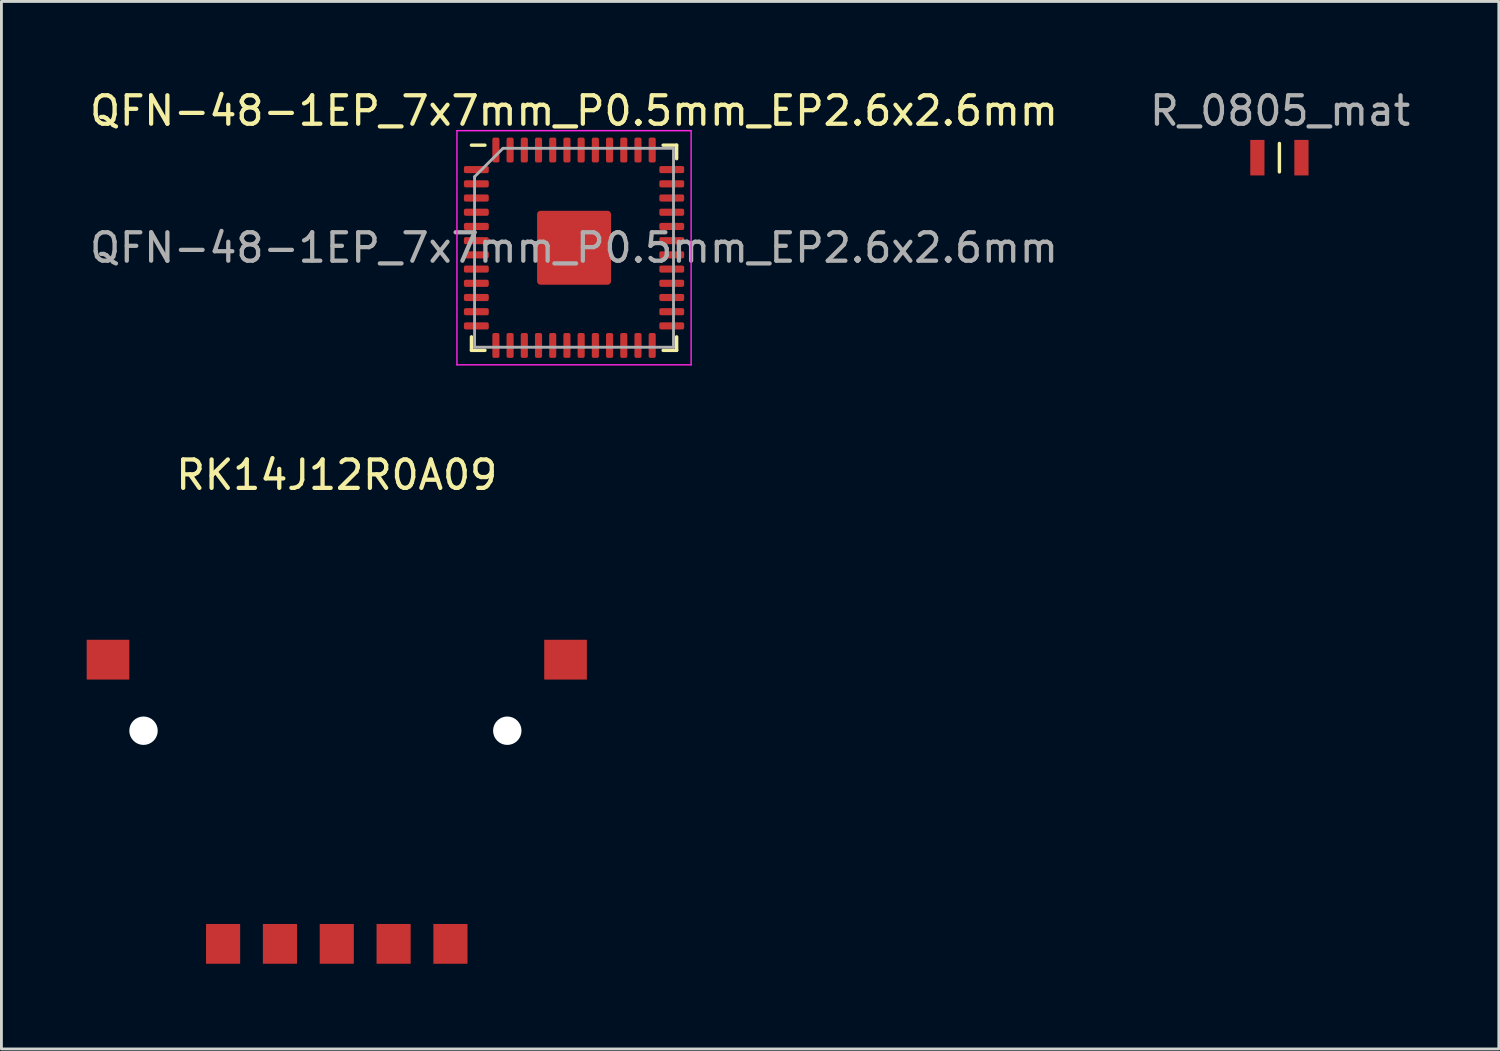
<source format=kicad_pcb>
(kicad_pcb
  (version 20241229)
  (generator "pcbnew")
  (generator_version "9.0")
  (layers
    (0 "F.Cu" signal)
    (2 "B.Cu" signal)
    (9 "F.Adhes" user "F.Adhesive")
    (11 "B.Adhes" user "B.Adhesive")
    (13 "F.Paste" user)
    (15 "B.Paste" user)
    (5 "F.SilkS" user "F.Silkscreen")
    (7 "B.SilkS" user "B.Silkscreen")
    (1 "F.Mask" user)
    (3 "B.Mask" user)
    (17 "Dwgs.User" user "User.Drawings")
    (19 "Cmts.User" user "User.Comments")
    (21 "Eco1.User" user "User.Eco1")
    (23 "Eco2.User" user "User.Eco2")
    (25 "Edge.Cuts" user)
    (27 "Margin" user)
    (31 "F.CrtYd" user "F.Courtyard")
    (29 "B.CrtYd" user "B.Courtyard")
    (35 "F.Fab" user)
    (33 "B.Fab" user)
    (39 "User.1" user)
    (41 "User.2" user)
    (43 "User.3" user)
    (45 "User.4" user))
  (footprint "RK14J12R0A09"
    (layer "F.Cu")
    (at 8.8 22.662)
    (property "Reference" "RK14J12R0A09" (at 0 -9 0) (layer "F.SilkS") (effects (font (size 1 1) (thickness 0.15))))
    (attr through_hole)
    (fp_circle (center 0 0) (end 7.5 0) (stroke (width 0.1) (type solid)) (fill no) (layer "Eco1.User"))
    (pad "" np_thru_hole circle (at -6.8 0) (size 1 1) (drill 1) (layers "*.Cu" "*.Mask"))
    (pad "" np_thru_hole circle (at 6 0) (size 1 1) (drill 1) (layers "*.Cu" "*.Mask"))
    (pad "/1" smd rect (at -2 7.5) (size 1.2 1.4) (layers "F.Cu" "F.Mask" "F.Paste"))
    (pad "/2" smd rect (at 2 7.5) (size 1.2 1.4) (layers "F.Cu" "F.Mask" "F.Paste"))
    (pad "1" smd rect (at -4 7.5) (size 1.2 1.4) (layers "F.Cu" "F.Mask" "F.Paste"))
    (pad "2" smd rect (at 4 7.5) (size 1.2 1.4) (layers "F.Cu" "F.Mask" "F.Paste"))
    (pad "3" smd rect (at 0 7.5) (size 1.2 1.4) (layers "F.Cu" "F.Mask" "F.Paste"))
    (pad "MP" smd rect (at -8.05 -2.5) (size 1.5 1.4) (layers "F.Cu" "F.Mask" "F.Paste"))
    (pad "MP" smd rect (at 8.05 -2.5) (size 1.5 1.4) (layers "F.Cu" "F.Mask" "F.Paste")))
  (footprint "QFN-48-1EP_7x7mm_P0.5mm_EP2.6x2.6mm"
    (layer "F.Cu")
    (at 17.149 5.668)
    (property "Reference" "QFN-48-1EP_7x7mm_P0.5mm_EP2.6x2.6mm" (at 0 -4.82 0) (layer "F.SilkS") (effects (font (size 1 1) (thickness 0.15))))
    (attr smd)
    (fp_line (start -3.61 3.61) (end -3.61 3.135) (stroke (width 0.12) (type solid)) (layer "F.SilkS"))
    (fp_line (start -3.135 -3.61) (end -3.61 -3.61) (stroke (width 0.12) (type solid)) (layer "F.SilkS"))
    (fp_line (start -3.135 3.61) (end -3.61 3.61) (stroke (width 0.12) (type solid)) (layer "F.SilkS"))
    (fp_line (start 3.135 -3.61) (end 3.61 -3.61) (stroke (width 0.12) (type solid)) (layer "F.SilkS"))
    (fp_line (start 3.135 3.61) (end 3.61 3.61) (stroke (width 0.12) (type solid)) (layer "F.SilkS"))
    (fp_line (start 3.61 -3.61) (end 3.61 -3.135) (stroke (width 0.12) (type solid)) (layer "F.SilkS"))
    (fp_line (start 3.61 3.61) (end 3.61 3.135) (stroke (width 0.12) (type solid)) (layer "F.SilkS"))
    (fp_line (start -4.12 -4.12) (end -4.12 4.12) (stroke (width 0.05) (type solid)) (layer "F.CrtYd"))
    (fp_line (start -4.12 4.12) (end 4.12 4.12) (stroke (width 0.05) (type solid)) (layer "F.CrtYd"))
    (fp_line (start 4.12 -4.12) (end -4.12 -4.12) (stroke (width 0.05) (type solid)) (layer "F.CrtYd"))
    (fp_line (start 4.12 4.12) (end 4.12 -4.12) (stroke (width 0.05) (type solid)) (layer "F.CrtYd"))
    (fp_line (start -3.5 -2.5) (end -2.5 -3.5) (stroke (width 0.1) (type solid)) (layer "F.Fab"))
    (fp_line (start -3.5 3.5) (end -3.5 -2.5) (stroke (width 0.1) (type solid)) (layer "F.Fab"))
    (fp_line (start -2.5 -3.5) (end 3.5 -3.5) (stroke (width 0.1) (type solid)) (layer "F.Fab"))
    (fp_line (start 3.5 -3.5) (end 3.5 3.5) (stroke (width 0.1) (type solid)) (layer "F.Fab"))
    (fp_line (start 3.5 3.5) (end -3.5 3.5) (stroke (width 0.1) (type solid)) (layer "F.Fab"))
    (fp_text user "${REFERENCE}" (at 0 0 0) (layer "F.Fab") (effects (font (size 1 1) (thickness 0.15))))
    (pad "" smd roundrect (at -0.7 -0.7) (size 1.13 1.13) (layers "F.Paste") (roundrect_rratio 0.221))
    (pad "" smd roundrect (at -0.7 0.7) (size 1.13 1.13) (layers "F.Paste") (roundrect_rratio 0.221))
    (pad "" smd roundrect (at 0.7 -0.7) (size 1.13 1.13) (layers "F.Paste") (roundrect_rratio 0.221))
    (pad "" smd roundrect (at 0.7 0.7) (size 1.13 1.13) (layers "F.Paste") (roundrect_rratio 0.221))
    (pad "1" smd roundrect (at -3.438 -2.75) (size 0.875 0.25) (layers "F.Cu" "F.Mask" "F.Paste") (roundrect_rratio 0.25))
    (pad "2" smd roundrect (at -3.438 -2.25) (size 0.875 0.25) (layers "F.Cu" "F.Mask" "F.Paste") (roundrect_rratio 0.25))
    (pad "3" smd roundrect (at -3.438 -1.75) (size 0.875 0.25) (layers "F.Cu" "F.Mask" "F.Paste") (roundrect_rratio 0.25))
    (pad "4" smd roundrect (at -3.438 -1.25) (size 0.875 0.25) (layers "F.Cu" "F.Mask" "F.Paste") (roundrect_rratio 0.25))
    (pad "5" smd roundrect (at -3.438 -0.75) (size 0.875 0.25) (layers "F.Cu" "F.Mask" "F.Paste") (roundrect_rratio 0.25))
    (pad "6" smd roundrect (at -3.438 -0.25) (size 0.875 0.25) (layers "F.Cu" "F.Mask" "F.Paste") (roundrect_rratio 0.25))
    (pad "7" smd roundrect (at -3.438 0.25) (size 0.875 0.25) (layers "F.Cu" "F.Mask" "F.Paste") (roundrect_rratio 0.25))
    (pad "8" smd roundrect (at -3.438 0.75) (size 0.875 0.25) (layers "F.Cu" "F.Mask" "F.Paste") (roundrect_rratio 0.25))
    (pad "9" smd roundrect (at -3.438 1.25) (size 0.875 0.25) (layers "F.Cu" "F.Mask" "F.Paste") (roundrect_rratio 0.25))
    (pad "10" smd roundrect (at -3.438 1.75) (size 0.875 0.25) (layers "F.Cu" "F.Mask" "F.Paste") (roundrect_rratio 0.25))
    (pad "11" smd roundrect (at -3.438 2.25) (size 0.875 0.25) (layers "F.Cu" "F.Mask" "F.Paste") (roundrect_rratio 0.25))
    (pad "12" smd roundrect (at -3.438 2.75) (size 0.875 0.25) (layers "F.Cu" "F.Mask" "F.Paste") (roundrect_rratio 0.25))
    (pad "13" smd roundrect (at -2.75 3.438) (size 0.25 0.875) (layers "F.Cu" "F.Mask" "F.Paste") (roundrect_rratio 0.25))
    (pad "14" smd roundrect (at -2.25 3.438) (size 0.25 0.875) (layers "F.Cu" "F.Mask" "F.Paste") (roundrect_rratio 0.25))
    (pad "15" smd roundrect (at -1.75 3.438) (size 0.25 0.875) (layers "F.Cu" "F.Mask" "F.Paste") (roundrect_rratio 0.25))
    (pad "16" smd roundrect (at -1.25 3.438) (size 0.25 0.875) (layers "F.Cu" "F.Mask" "F.Paste") (roundrect_rratio 0.25))
    (pad "17" smd roundrect (at -0.75 3.438) (size 0.25 0.875) (layers "F.Cu" "F.Mask" "F.Paste") (roundrect_rratio 0.25))
    (pad "18" smd roundrect (at -0.25 3.438) (size 0.25 0.875) (layers "F.Cu" "F.Mask" "F.Paste") (roundrect_rratio 0.25))
    (pad "19" smd roundrect (at 0.25 3.438) (size 0.25 0.875) (layers "F.Cu" "F.Mask" "F.Paste") (roundrect_rratio 0.25))
    (pad "20" smd roundrect (at 0.75 3.438) (size 0.25 0.875) (layers "F.Cu" "F.Mask" "F.Paste") (roundrect_rratio 0.25))
    (pad "21" smd roundrect (at 1.25 3.438) (size 0.25 0.875) (layers "F.Cu" "F.Mask" "F.Paste") (roundrect_rratio 0.25))
    (pad "22" smd roundrect (at 1.75 3.438) (size 0.25 0.875) (layers "F.Cu" "F.Mask" "F.Paste") (roundrect_rratio 0.25))
    (pad "23" smd roundrect (at 2.25 3.438) (size 0.25 0.875) (layers "F.Cu" "F.Mask" "F.Paste") (roundrect_rratio 0.25))
    (pad "24" smd roundrect (at 2.75 3.438) (size 0.25 0.875) (layers "F.Cu" "F.Mask" "F.Paste") (roundrect_rratio 0.25))
    (pad "25" smd roundrect (at 3.438 2.75) (size 0.875 0.25) (layers "F.Cu" "F.Mask" "F.Paste") (roundrect_rratio 0.25))
    (pad "26" smd roundrect (at 3.438 2.25) (size 0.875 0.25) (layers "F.Cu" "F.Mask" "F.Paste") (roundrect_rratio 0.25))
    (pad "27" smd roundrect (at 3.438 1.75) (size 0.875 0.25) (layers "F.Cu" "F.Mask" "F.Paste") (roundrect_rratio 0.25))
    (pad "28" smd roundrect (at 3.438 1.25) (size 0.875 0.25) (layers "F.Cu" "F.Mask" "F.Paste") (roundrect_rratio 0.25))
    (pad "29" smd roundrect (at 3.438 0.75) (size 0.875 0.25) (layers "F.Cu" "F.Mask" "F.Paste") (roundrect_rratio 0.25))
    (pad "30" smd roundrect (at 3.438 0.25) (size 0.875 0.25) (layers "F.Cu" "F.Mask" "F.Paste") (roundrect_rratio 0.25))
    (pad "31" smd roundrect (at 3.438 -0.25) (size 0.875 0.25) (layers "F.Cu" "F.Mask" "F.Paste") (roundrect_rratio 0.25))
    (pad "32" smd roundrect (at 3.438 -0.75) (size 0.875 0.25) (layers "F.Cu" "F.Mask" "F.Paste") (roundrect_rratio 0.25))
    (pad "33" smd roundrect (at 3.438 -1.25) (size 0.875 0.25) (layers "F.Cu" "F.Mask" "F.Paste") (roundrect_rratio 0.25))
    (pad "34" smd roundrect (at 3.438 -1.75) (size 0.875 0.25) (layers "F.Cu" "F.Mask" "F.Paste") (roundrect_rratio 0.25))
    (pad "35" smd roundrect (at 3.438 -2.25) (size 0.875 0.25) (layers "F.Cu" "F.Mask" "F.Paste") (roundrect_rratio 0.25))
    (pad "36" smd roundrect (at 3.438 -2.75) (size 0.875 0.25) (layers "F.Cu" "F.Mask" "F.Paste") (roundrect_rratio 0.25))
    (pad "37" smd roundrect (at 2.75 -3.438) (size 0.25 0.875) (layers "F.Cu" "F.Mask" "F.Paste") (roundrect_rratio 0.25))
    (pad "38" smd roundrect (at 2.25 -3.438) (size 0.25 0.875) (layers "F.Cu" "F.Mask" "F.Paste") (roundrect_rratio 0.25))
    (pad "39" smd roundrect (at 1.75 -3.438) (size 0.25 0.875) (layers "F.Cu" "F.Mask" "F.Paste") (roundrect_rratio 0.25))
    (pad "40" smd roundrect (at 1.25 -3.438) (size 0.25 0.875) (layers "F.Cu" "F.Mask" "F.Paste") (roundrect_rratio 0.25))
    (pad "41" smd roundrect (at 0.75 -3.438) (size 0.25 0.875) (layers "F.Cu" "F.Mask" "F.Paste") (roundrect_rratio 0.25))
    (pad "42" smd roundrect (at 0.25 -3.438) (size 0.25 0.875) (layers "F.Cu" "F.Mask" "F.Paste") (roundrect_rratio 0.25))
    (pad "43" smd roundrect (at -0.25 -3.438) (size 0.25 0.875) (layers "F.Cu" "F.Mask" "F.Paste") (roundrect_rratio 0.25))
    (pad "44" smd roundrect (at -0.75 -3.438) (size 0.25 0.875) (layers "F.Cu" "F.Mask" "F.Paste") (roundrect_rratio 0.25))
    (pad "45" smd roundrect (at -1.25 -3.438) (size 0.25 0.875) (layers "F.Cu" "F.Mask" "F.Paste") (roundrect_rratio 0.25))
    (pad "46" smd roundrect (at -1.75 -3.438) (size 0.25 0.875) (layers "F.Cu" "F.Mask" "F.Paste") (roundrect_rratio 0.25))
    (pad "47" smd roundrect (at -2.25 -3.438) (size 0.25 0.875) (layers "F.Cu" "F.Mask" "F.Paste") (roundrect_rratio 0.25))
    (pad "48" smd roundrect (at -2.75 -3.438) (size 0.25 0.875) (layers "F.Cu" "F.Mask" "F.Paste") (roundrect_rratio 0.25))
    (pad "49" smd roundrect (at 0 0) (size 2.6 2.6) (layers "F.Cu" "F.Mask") (roundrect_rratio 0.045)))
  (footprint "R_0805_mat"
    (layer "F.Cu")
    (at 41.969 2.498)
    (property "Reference" "R_0805_mat" (at 0.025 -1.65 0) (layer "F.Fab") (effects (font (size 1 1) (thickness 0.15))))
    (attr through_hole)
    (fp_line (start 0 -0.5) (end 0 0.5) (stroke (width 0.12) (type solid)) (layer "F.SilkS"))
    (pad "1" smd rect (at -0.775 0) (size 0.5 1.25) (layers "F.Cu" "F.Mask" "F.Paste"))
    (pad "2" smd rect (at 0.775 0) (size 0.5 1.25) (layers "F.Cu" "F.Mask" "F.Paste")))
  (gr_rect
    (start -3 -3)
    (end 49.69 33.861)
    (stroke (width 0.1) (type default))
    (fill no)
    (layer "Edge.Cuts")))
</source>
